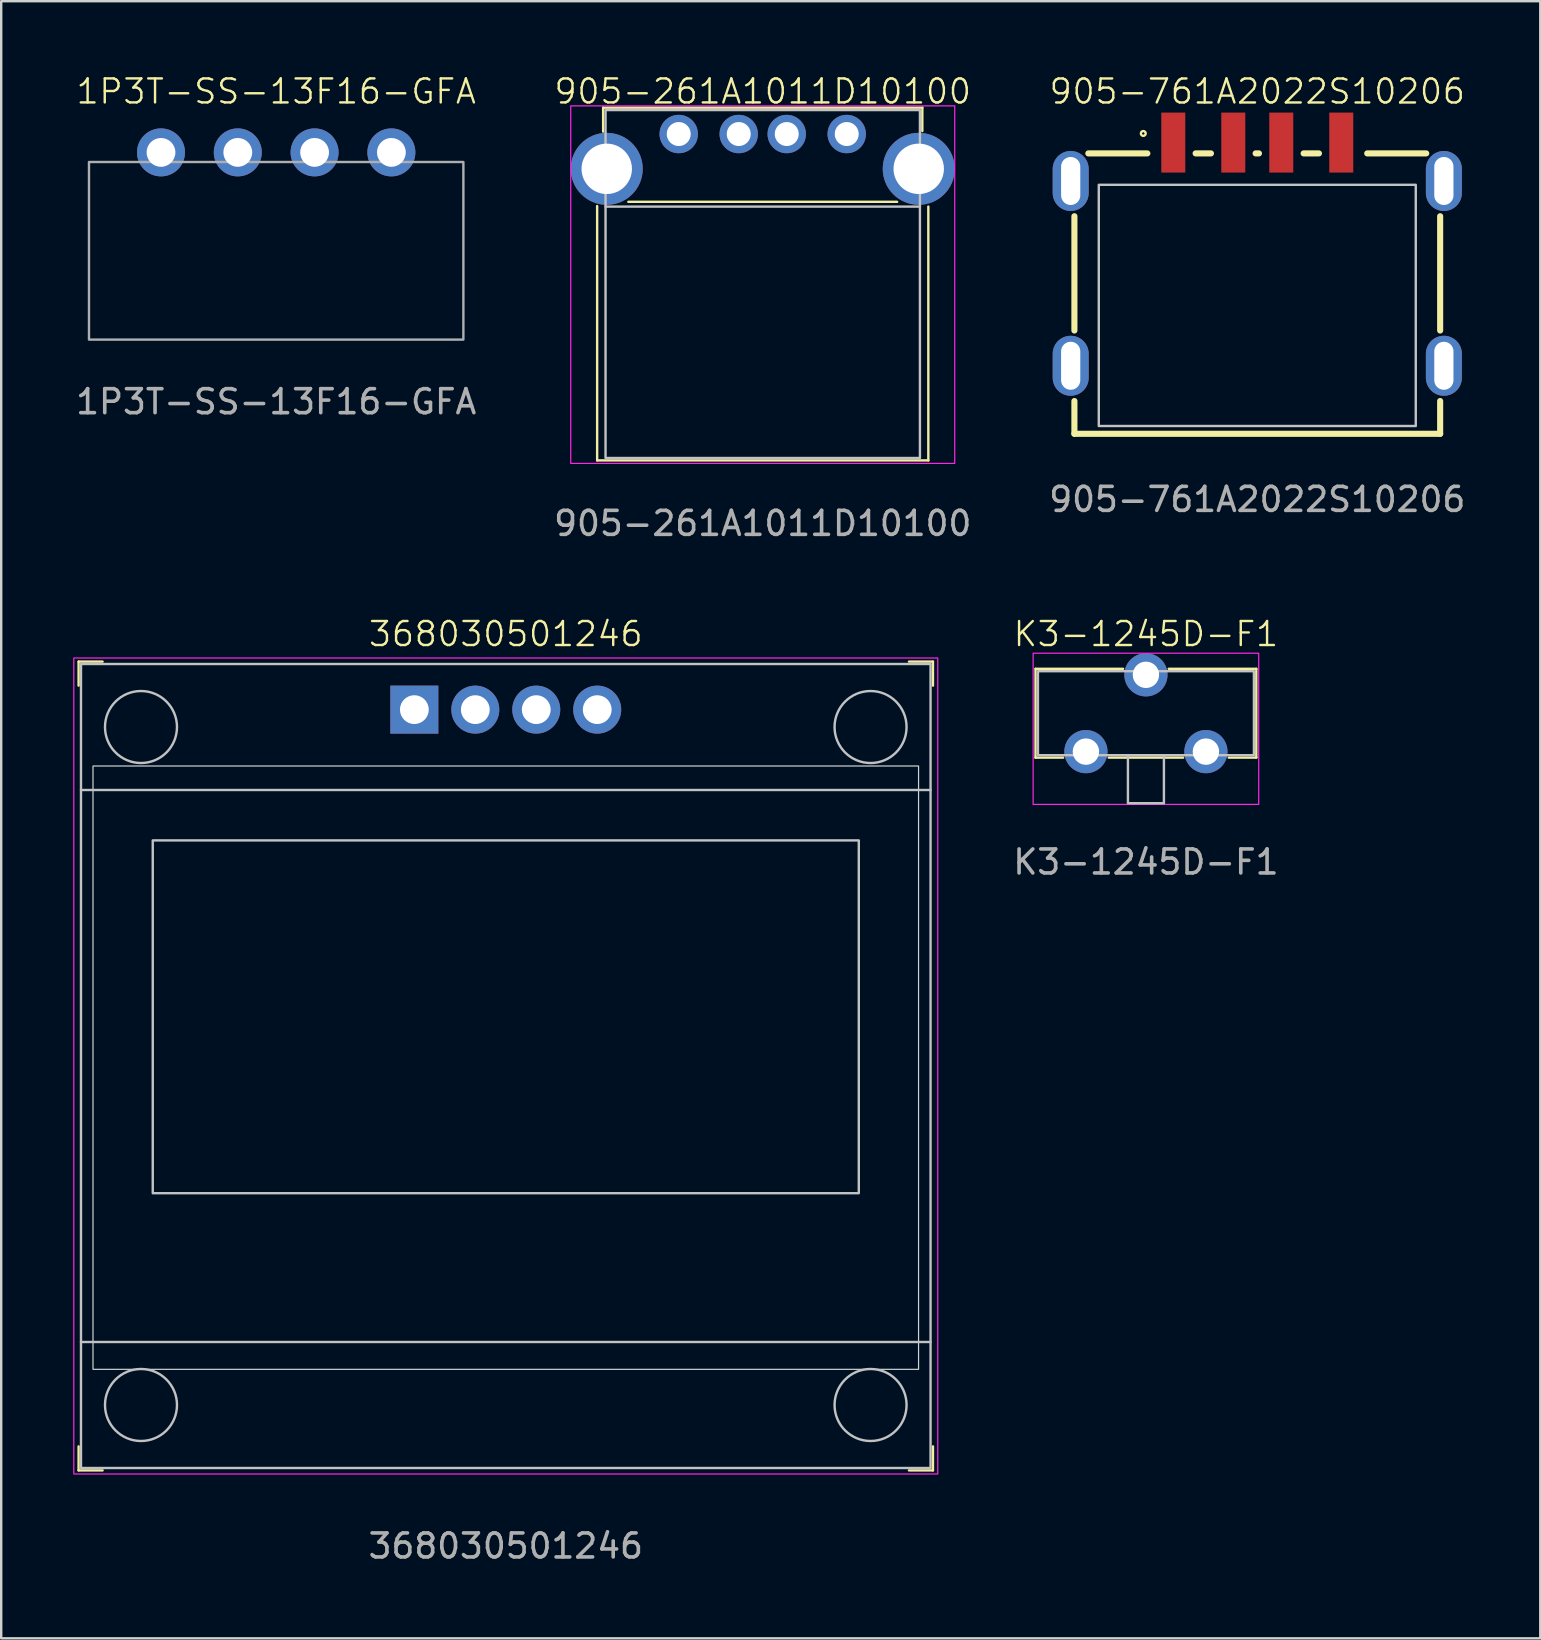
<source format=kicad_pcb>
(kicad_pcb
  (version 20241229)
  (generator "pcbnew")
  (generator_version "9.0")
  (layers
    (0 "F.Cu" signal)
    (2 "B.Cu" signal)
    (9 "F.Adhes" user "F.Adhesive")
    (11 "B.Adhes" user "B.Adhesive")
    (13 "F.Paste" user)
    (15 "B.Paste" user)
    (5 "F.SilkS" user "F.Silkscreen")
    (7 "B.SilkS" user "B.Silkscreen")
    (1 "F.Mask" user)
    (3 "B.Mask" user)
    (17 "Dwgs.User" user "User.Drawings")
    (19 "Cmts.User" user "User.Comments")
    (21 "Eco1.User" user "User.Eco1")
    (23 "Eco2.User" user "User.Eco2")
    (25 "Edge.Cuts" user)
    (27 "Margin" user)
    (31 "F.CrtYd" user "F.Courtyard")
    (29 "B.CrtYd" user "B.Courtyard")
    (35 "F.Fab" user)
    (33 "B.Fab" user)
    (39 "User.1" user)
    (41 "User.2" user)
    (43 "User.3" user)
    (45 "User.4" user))
  (footprint "1P3T-SS-13F16-GFA"
    (layer "F.Cu")
    (at 8.458 3.3)
    (property "Reference" "1P3T-SS-13F16-GFA" (at 0 -2.54 0) (unlocked yes) (layer "F.SilkS") (effects (font (size 1 1) (thickness 0.1))))
    (attr through_hole)
    (fp_rect (start -7.8 0.4) (end 7.8 7.8) (stroke (width 0.1) (type default)) (fill no) (layer "F.Fab"))
    (fp_text user "${REFERENCE}" (at 0 10.39 0) (unlocked yes) (layer "F.Fab") (effects (font (size 1 1) (thickness 0.15))))
    (pad "1" thru_hole circle (at -4.8 0) (size 2 2) (drill 1.2) (layers "*.Cu" "*.Mask"))
    (pad "2" thru_hole circle (at -1.6 0) (size 2 2) (drill 1.2) (layers "*.Cu" "*.Mask"))
    (pad "3" thru_hole circle (at 1.6 0) (size 2 2) (drill 1.2) (layers "*.Cu" "*.Mask"))
    (pad "4" thru_hole circle (at 4.8 0) (size 2 2) (drill 1.2) (layers "*.Cu" "*.Mask")))
  (footprint "K3-1245D-F1"
    (layer "F.Cu")
    (at 44.699 26.669)
    (property "Reference" "K3-1245D-F1" (at 0 -3.3 0) (unlocked yes) (layer "F.SilkS") (effects (font (size 1 1) (thickness 0.1))))
    (attr through_hole)
    (fp_line (start -4.6 -1.85) (end -4.6 1.85) (stroke (width 0.1) (type default)) (layer "F.SilkS"))
    (fp_line (start -4.6 1.85) (end -3.45 1.85) (stroke (width 0.1) (type default)) (layer "F.SilkS"))
    (fp_line (start -1.55 1.85) (end 1.55 1.85) (stroke (width 0.1) (type default)) (layer "F.SilkS"))
    (fp_line (start -0.95 -1.85) (end -4.6 -1.85) (stroke (width 0.1) (type default)) (layer "F.SilkS"))
    (fp_line (start 0.95 -1.85) (end 4.6 -1.85) (stroke (width 0.1) (type default)) (layer "F.SilkS"))
    (fp_line (start 4.6 -1.85) (end 4.6 1.85) (stroke (width 0.1) (type default)) (layer "F.SilkS"))
    (fp_line (start 4.6 1.85) (end 3.45 1.85) (stroke (width 0.1) (type default)) (layer "F.SilkS"))
    (fp_rect (start -4.5 -1.75) (end 4.5 1.75) (stroke (width 0.1) (type default)) (fill no) (layer "Dwgs.User"))
    (fp_rect (start -0.75 1.75) (end 0.75 3.75) (stroke (width 0.1) (type default)) (fill no) (layer "Dwgs.User"))
    (fp_rect (start -4.7 -2.5) (end 4.7 3.8) (stroke (width 0.05) (type default)) (fill no) (layer "F.CrtYd"))
    (fp_text user "${REFERENCE}" (at 0 6.2 0) (unlocked yes) (layer "F.Fab") (effects (font (size 1 1) (thickness 0.15))))
    (pad "1" thru_hole circle (at -2.5 1.6) (size 1.8 1.8) (drill 1.1) (layers "*.Cu" "*.Mask"))
    (pad "2" thru_hole circle (at 0 -1.6) (size 1.8 1.8) (drill 1.1) (layers "*.Cu" "*.Mask"))
    (pad "3" thru_hole circle (at 2.5 1.6) (size 1.8 1.8) (drill 1.1) (layers "*.Cu" "*.Mask")))
  (footprint "368030501246"
    (layer "F.Cu")
    (at 18.025 41.369)
    (property "Reference" "368030501246" (at 0 -18 0) (unlocked yes) (layer "F.SilkS") (effects (font (size 1 1) (thickness 0.1))))
    (attr through_hole)
    (fp_line (start -17.8 -16.85) (end -17.8 -15.85) (stroke (width 0.1) (type default)) (layer "F.SilkS"))
    (fp_line (start -17.8 -16.85) (end -16.8 -16.85) (stroke (width 0.1) (type default)) (layer "F.SilkS"))
    (fp_line (start -17.8 16.85) (end -17.8 15.85) (stroke (width 0.1) (type default)) (layer "F.SilkS"))
    (fp_line (start -17.8 16.85) (end -16.8 16.85) (stroke (width 0.1) (type default)) (layer "F.SilkS"))
    (fp_line (start 17.8 -16.85) (end 16.8 -16.85) (stroke (width 0.1) (type default)) (layer "F.SilkS"))
    (fp_line (start 17.8 -16.85) (end 17.8 -15.85) (stroke (width 0.1) (type default)) (layer "F.SilkS"))
    (fp_line (start 17.8 16.85) (end 16.8 16.85) (stroke (width 0.1) (type default)) (layer "F.SilkS"))
    (fp_line (start 17.8 16.85) (end 17.8 15.85) (stroke (width 0.1) (type default)) (layer "F.SilkS"))
    (fp_line (start -17.7 -11.5) (end 17.7 -11.5) (stroke (width 0.1) (type default)) (layer "Dwgs.User"))
    (fp_line (start -17.7 11.5) (end 17.7 11.5) (stroke (width 0.1) (type default)) (layer "Dwgs.User"))
    (fp_rect (start -17.7 -16.75) (end 17.7 16.75) (stroke (width 0.1) (type default)) (fill no) (layer "Dwgs.User"))
    (fp_rect (start -14.71 -9.4) (end 14.71 5.3) (stroke (width 0.1) (type default)) (fill no) (layer "Dwgs.User"))
    (fp_circle (center -15.2 -14.125) (end -13.7 -14.125) (stroke (width 0.1) (type default)) (fill no) (layer "Dwgs.User"))
    (fp_circle (center -15.2 14.125) (end -13.7 14.125) (stroke (width 0.1) (type default)) (fill no) (layer "Dwgs.User"))
    (fp_circle (center 15.2 -14.125) (end 16.7 -14.125) (stroke (width 0.1) (type default)) (fill no) (layer "Dwgs.User"))
    (fp_circle (center 15.2 14.125) (end 16.7 14.125) (stroke (width 0.1) (type default)) (fill no) (layer "Dwgs.User"))
    (fp_rect (start -17.2 -12.5) (end 17.2 12.64) (stroke (width 0.05) (type default)) (fill no) (layer "Edge.Cuts"))
    (fp_rect (start -18 -17) (end 18 17) (stroke (width 0.05) (type default)) (fill no) (layer "F.CrtYd"))
    (fp_text user "${REFERENCE}" (at 0 20 0) (unlocked yes) (layer "F.Fab") (effects (font (size 1 1) (thickness 0.15))))
    (pad "1" thru_hole rect (at -3.81 -14.85) (size 2 2) (drill 1.2) (layers "*.Cu" "*.Mask"))
    (pad "2" thru_hole circle (at -1.27 -14.85) (size 2 2) (drill 1.2) (layers "*.Cu" "*.Mask"))
    (pad "3" thru_hole circle (at 1.27 -14.85) (size 2 2) (drill 1.2) (layers "*.Cu" "*.Mask"))
    (pad "4" thru_hole circle (at 3.81 -14.85) (size 2 2) (drill 1.2) (layers "*.Cu" "*.Mask")))
  (footprint "905-761A2022S10206"
    (layer "F.Cu")
    (at 49.339 9.261)
    (property "Reference" "905-761A2022S10206" (at 0 -8.5 0) (unlocked yes) (layer "F.SilkS") (effects (font (size 1 1) (thickness 0.1))))
    (attr smd)
    (fp_line (start -7.62 -3.301) (end -7.62 1.461) (stroke (width 0.254) (type default)) (layer "F.SilkS"))
    (fp_line (start -7.62 5.765) (end -7.62 4.399) (stroke (width 0.254) (type default)) (layer "F.SilkS"))
    (fp_line (start -7.04 -5.919) (end -4.581 -5.919) (stroke (width 0.254) (type default)) (layer "F.SilkS"))
    (fp_line (start -1.931 -5.919) (end -2.569 -5.919) (stroke (width 0.254) (type default)) (layer "F.SilkS"))
    (fp_line (start 0.069 -5.919) (end -0.069 -5.919) (stroke (width 0.254) (type default)) (layer "F.SilkS"))
    (fp_line (start 1.931 -5.919) (end 2.569 -5.919) (stroke (width 0.254) (type default)) (layer "F.SilkS"))
    (fp_line (start 7.04 -5.919) (end 4.581 -5.919) (stroke (width 0.254) (type default)) (layer "F.SilkS"))
    (fp_line (start 7.62 1.461) (end 7.62 -3.301) (stroke (width 0.254) (type default)) (layer "F.SilkS"))
    (fp_line (start 7.62 4.399) (end 7.62 5.765) (stroke (width 0.254) (type default)) (layer "F.SilkS"))
    (fp_line (start 7.62 5.765) (end -7.62 5.765) (stroke (width 0.254) (type default)) (layer "F.SilkS"))
    (fp_circle (center -4.75 -6.75) (end -4.65 -6.75) (stroke (width 0.1) (type default)) (fill no) (layer "F.SilkS"))
    (fp_rect (start -6.604 -4.61) (end 6.604 5.441) (stroke (width 0.1) (type default)) (fill no) (layer "Dwgs.User"))
    (fp_text user "${REFERENCE}" (at 0 8.5 0) (unlocked yes) (layer "F.Fab") (effects (font (size 1 1) (thickness 0.15))))
    (pad "1" smd rect (at -3.5 -6.37 180) (size 1 2.5) (layers "F.Cu" "F.Mask" "F.Paste"))
    (pad "2" smd rect (at -1 -6.37 180) (size 1 2.5) (layers "F.Cu" "F.Mask" "F.Paste"))
    (pad "3" smd rect (at 1 -6.37 180) (size 1 2.5) (layers "F.Cu" "F.Mask" "F.Paste"))
    (pad "4" smd rect (at 3.5 -6.37 180) (size 1 2.5) (layers "F.Cu" "F.Mask" "F.Paste"))
    (pad "5" thru_hole oval (at 7.775 -4.77 180) (size 1.5 2.5) (drill oval 0.8 2) (layers "*.Cu" "*.Mask"))
    (pad "5" thru_hole oval (at 7.775 2.93 180) (size 1.5 2.5) (drill oval 0.8 2) (layers "*.Cu" "*.Mask"))
    (pad "6" thru_hole oval (at -7.775 -4.77 180) (size 1.5 2.5) (drill oval 0.8 2) (layers "*.Cu" "*.Mask"))
    (pad "6" thru_hole oval (at -7.775 2.93 180) (size 1.5 2.5) (drill oval 0.8 2) (layers "*.Cu" "*.Mask")))
  (footprint "905-261A1011D10100"
    (layer "F.Cu")
    (at 28.732 3.26)
    (property "Reference" "905-261A1011D10100" (at 0 -2.5 0) (unlocked yes) (layer "F.SilkS") (effects (font (size 1 1) (thickness 0.1))))
    (attr through_hole)
    (fp_line (start -6.9 2.275) (end -6.9 12.875) (stroke (width 0.1) (type default)) (layer "F.SilkS"))
    (fp_line (start -6.9 12.875) (end 6.9 12.875) (stroke (width 0.1) (type default)) (layer "F.SilkS"))
    (fp_line (start -6.65 -1.825) (end 6.65 -1.825) (stroke (width 0.1) (type default)) (layer "F.SilkS"))
    (fp_line (start -6.65 -0.825) (end -6.65 -1.825) (stroke (width 0.1) (type default)) (layer "F.SilkS"))
    (fp_line (start -5.6 2.1) (end 5.6 2.1) (stroke (width 0.1) (type default)) (layer "F.SilkS"))
    (fp_line (start 6.65 -1.825) (end 6.65 -0.85) (stroke (width 0.1) (type default)) (layer "F.SilkS"))
    (fp_line (start 6.9 12.875) (end 6.9 2.3) (stroke (width 0.1) (type default)) (layer "F.SilkS"))
    (fp_line (start -6.55 2.3) (end 6.55 2.3) (stroke (width 0.1) (type default)) (layer "Dwgs.User"))
    (fp_rect (start -6.55 -1.725) (end 6.55 12.775) (stroke (width 0.1) (type default)) (fill no) (layer "Dwgs.User"))
    (fp_rect (start -8 -1.9) (end 8 13) (stroke (width 0.05) (type default)) (fill no) (layer "F.CrtYd"))
    (fp_text user "${REFERENCE}" (at 0 15.5 0) (unlocked yes) (layer "F.Fab") (effects (font (size 1 1) (thickness 0.15))))
    (pad "1" thru_hole circle (at -3.5 -0.725) (size 1.6 1.6) (drill 1) (layers "*.Cu" "*.Mask"))
    (pad "2" thru_hole circle (at -1 -0.725) (size 1.6 1.6) (drill 1) (layers "*.Cu" "*.Mask"))
    (pad "3" thru_hole circle (at 1 -0.725) (size 1.6 1.6) (drill 1) (layers "*.Cu" "*.Mask"))
    (pad "4" thru_hole circle (at 3.5 -0.725) (size 1.6 1.6) (drill 1) (layers "*.Cu" "*.Mask"))
    (pad "5" thru_hole circle (at -6.5 0.725) (size 3 3) (drill 2.1) (layers "*.Cu" "*.Mask"))
    (pad "5" thru_hole circle (at 6.5 0.725) (size 3 3) (drill 2.1) (layers "*.Cu" "*.Mask")))
  (gr_rect
    (start -3 -3)
    (end 61.131 65.218)
    (stroke (width 0.1) (type default))
    (fill no)
    (layer "Edge.Cuts")))
</source>
